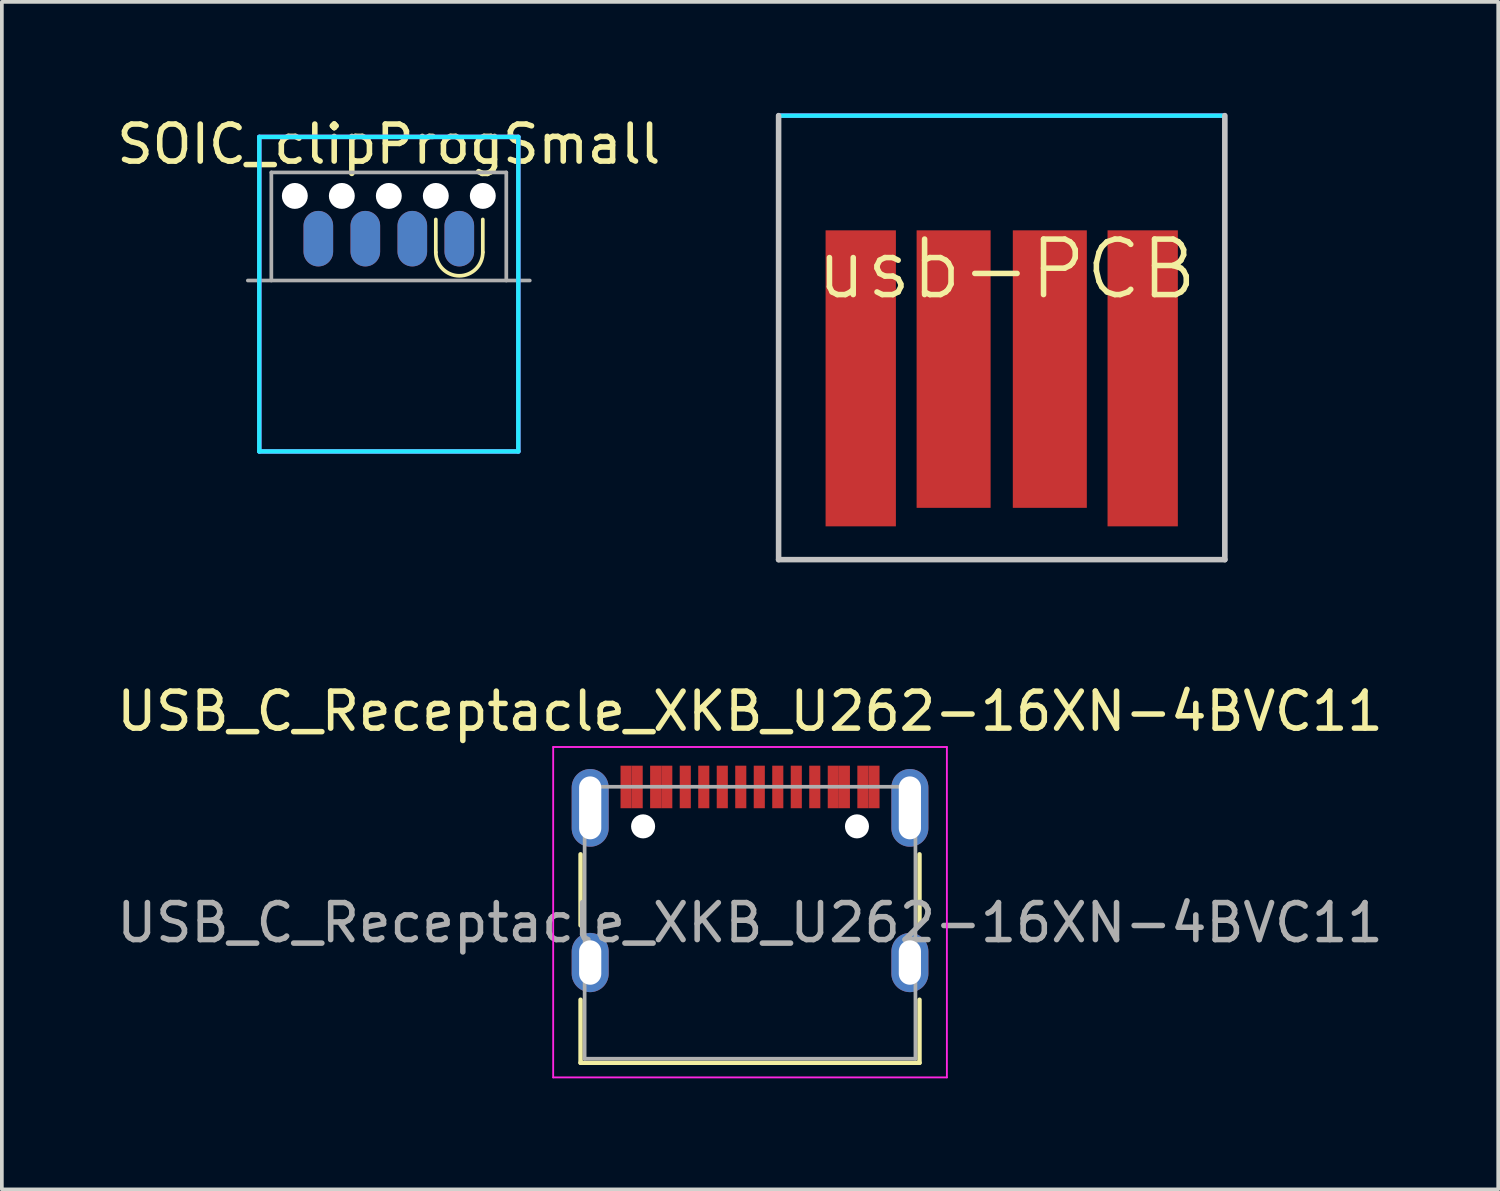
<source format=kicad_pcb>
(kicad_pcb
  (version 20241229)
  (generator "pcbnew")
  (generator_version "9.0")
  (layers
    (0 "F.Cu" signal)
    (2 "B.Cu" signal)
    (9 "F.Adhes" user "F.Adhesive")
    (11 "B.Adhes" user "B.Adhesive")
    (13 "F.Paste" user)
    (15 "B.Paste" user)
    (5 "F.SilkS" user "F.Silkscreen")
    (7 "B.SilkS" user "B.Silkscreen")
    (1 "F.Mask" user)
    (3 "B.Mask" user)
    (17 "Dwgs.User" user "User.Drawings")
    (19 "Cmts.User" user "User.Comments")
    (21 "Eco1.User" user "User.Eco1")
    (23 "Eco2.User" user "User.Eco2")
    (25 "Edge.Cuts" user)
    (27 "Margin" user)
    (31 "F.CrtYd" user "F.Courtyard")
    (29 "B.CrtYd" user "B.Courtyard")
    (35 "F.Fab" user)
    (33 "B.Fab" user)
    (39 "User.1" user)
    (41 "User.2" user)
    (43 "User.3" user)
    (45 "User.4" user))
  (footprint "SOIC_clipProgSmall"
    (layer "F.Cu")
    (at 7.458 4.15)
    (property "Reference" "SOIC_clipProgSmall" (at 0 -3.302 0) (layer "F.SilkS") (effects (font (size 1 1) (thickness 0.15))))
    (attr through_hole)
    (fp_line (start 1.27 -0.381) (end 1.27 -1.27) (stroke (width 0.1) (type solid)) (layer "F.SilkS"))
    (fp_line (start 2.54 -0.381) (end 2.54 -1.27) (stroke (width 0.1) (type solid)) (layer "F.SilkS"))
    (fp_arc (start 2.54 -0.381) (mid 1.905 0.254) (end 1.27 -0.381) (stroke (width 0.1) (type solid)) (layer "F.SilkS"))
    (fp_line (start -3.5 -3.5) (end 3.5 -3.5) (stroke (width 0.12) (type solid)) (layer "B.CrtYd"))
    (fp_line (start -3.5 5) (end -3.5 -3.5) (stroke (width 0.12) (type solid)) (layer "B.CrtYd"))
    (fp_line (start 3.5 -3.5) (end 3.5 5) (stroke (width 0.12) (type solid)) (layer "B.CrtYd"))
    (fp_line (start 3.5 5) (end -3.5 5) (stroke (width 0.12) (type solid)) (layer "B.CrtYd"))
    (fp_line (start -3.5 -3.5) (end 3.5 -3.5) (stroke (width 0.12) (type solid)) (layer "F.CrtYd"))
    (fp_line (start -3.5 5) (end -3.5 -3.5) (stroke (width 0.12) (type solid)) (layer "F.CrtYd"))
    (fp_line (start 3.5 -3.5) (end 3.5 5) (stroke (width 0.12) (type solid)) (layer "F.CrtYd"))
    (fp_line (start 3.5 5) (end -3.5 5) (stroke (width 0.12) (type solid)) (layer "F.CrtYd"))
    (fp_line (start -3.81 0.381) (end 3.81 0.381) (stroke (width 0.1) (type solid)) (layer "F.Fab"))
    (fp_line (start -3.175 -2.54) (end -3.175 0.381) (stroke (width 0.1) (type solid)) (layer "F.Fab"))
    (fp_line (start 3.175 -2.54) (end -3.175 -2.54) (stroke (width 0.1) (type solid)) (layer "F.Fab"))
    (fp_line (start 3.175 0.381) (end 3.175 -2.54) (stroke (width 0.1) (type solid)) (layer "F.Fab"))
    (pad "" np_thru_hole circle (at -2.54 -1.905) (size 0.7 0.7) (drill 0.7) (layers "*.Cu" "*.Mask"))
    (pad "" np_thru_hole circle (at -1.27 -1.905) (size 0.7 0.7) (drill 0.7) (layers "*.Cu" "*.Mask"))
    (pad "" np_thru_hole circle (at 0 -1.905) (size 0.7 0.7) (drill 0.7) (layers "*.Cu" "*.Mask"))
    (pad "" np_thru_hole circle (at 1.27 -1.905) (size 0.7 0.7) (drill 0.7) (layers "*.Cu" "*.Mask"))
    (pad "" np_thru_hole circle (at 2.54 -1.905) (size 0.7 0.7) (drill 0.7) (layers "*.Cu" "*.Mask"))
    (pad "1" smd oval (at 1.905 -0.75) (size 0.8 1.5) (layers "F.Cu" "F.Mask"))
    (pad "2" smd oval (at 0.635 -0.75) (size 0.8 1.5) (layers "F.Cu" "F.Mask"))
    (pad "3" smd oval (at -0.635 -0.75) (size 0.8 1.5) (layers "F.Cu" "F.Mask"))
    (pad "4" smd oval (at -1.905 -0.75) (size 0.8 1.5) (layers "F.Cu" "F.Mask"))
    (pad "5" smd oval (at -1.905 -0.75) (size 0.8 1.5) (layers "B.Cu" "B.Mask"))
    (pad "6" smd oval (at -0.635 -0.75) (size 0.8 1.5) (layers "B.Cu" "B.Mask"))
    (pad "7" smd oval (at 0.635 -0.75) (size 0.8 1.5) (layers "B.Cu" "B.Mask"))
    (pad "8" smd oval (at 1.905 -0.75) (size 0.8 1.5) (layers "B.Cu" "B.Mask")))
  (footprint "usb-PCB"
    (layer "F.Cu")
    (at 24.022 12.075)
    (property "Reference" "usb-PCB" (at 0.13 -7.85 0) (layer "F.SilkS") (effects (font (size 1.5 1.5) (thickness 0.15))))
    (attr exclude_from_pos_files exclude_from_bom)
    (fp_line (start -6.03 0) (end -6.03 -12) (stroke (width 0.15) (type solid)) (layer "Dwgs.User"))
    (fp_line (start 6.03 0) (end -6.03 0) (stroke (width 0.15) (type solid)) (layer "Dwgs.User"))
    (fp_line (start 6.03 0) (end 6.03 -12) (stroke (width 0.15) (type solid)) (layer "Dwgs.User"))
    (fp_line (start -6.03 -12) (end 6.03 -12) (stroke (width 0.12) (type solid)) (layer "B.CrtYd"))
    (fp_line (start -6.03 0) (end -6.03 -12) (stroke (width 0.12) (type solid)) (layer "B.CrtYd"))
    (fp_line (start 6.03 -12) (end 6.03 0) (stroke (width 0.12) (type solid)) (layer "B.CrtYd"))
    (fp_line (start 6.03 0) (end -6.03 0) (stroke (width 0.12) (type solid)) (layer "B.CrtYd"))
    (fp_line (start -6.03 -12) (end 6.03 -12) (stroke (width 0.12) (type solid)) (layer "F.CrtYd"))
    (fp_line (start -6.03 0) (end -6.03 -12) (stroke (width 0.12) (type solid)) (layer "F.CrtYd"))
    (fp_line (start 6.03 -12) (end 6.03 0) (stroke (width 0.12) (type solid)) (layer "F.CrtYd"))
    (fp_line (start 6.03 0) (end -6.03 0) (stroke (width 0.12) (type solid)) (layer "F.CrtYd"))
    (pad "1" connect rect (at 3.81 -4.9) (size 1.9 8) (layers "F.Cu" "F.Mask"))
    (pad "2" connect rect (at 1.3 -5.15) (size 2 7.5) (layers "F.Cu" "F.Mask"))
    (pad "3" connect rect (at -1.3 -5.15) (size 2 7.5) (layers "F.Cu" "F.Mask"))
    (pad "4" connect rect (at -3.81 -4.9) (size 1.9 8) (layers "F.Cu" "F.Mask")))
  (footprint "USB_C_Receptacle_XKB_U262-16XN-4BVC11"
    (layer "F.Cu")
    (at 17.22 21.888)
    (property "Reference" "USB_C_Receptacle_XKB_U262-16XN-4BVC11" (at 0 -5.715 0) (layer "F.SilkS") (effects (font (size 1 1) (thickness 0.15))))
    (attr smd)
    (fp_line (start -4.58 -1.85) (end -4.58 0.07) (stroke (width 0.12) (type solid)) (layer "F.SilkS"))
    (fp_line (start -4.58 3.785) (end -4.58 2.08) (stroke (width 0.12) (type solid)) (layer "F.SilkS"))
    (fp_line (start 4.58 0.07) (end 4.58 -1.85) (stroke (width 0.12) (type solid)) (layer "F.SilkS"))
    (fp_line (start 4.58 2.08) (end 4.58 3.785) (stroke (width 0.12) (type solid)) (layer "F.SilkS"))
    (fp_line (start 4.58 3.785) (end -4.58 3.785) (stroke (width 0.12) (type solid)) (layer "F.SilkS"))
    (fp_line (start -5.32 -4.75) (end 5.32 -4.75) (stroke (width 0.05) (type solid)) (layer "F.CrtYd"))
    (fp_line (start -5.32 4.18) (end -5.32 -4.75) (stroke (width 0.05) (type solid)) (layer "F.CrtYd"))
    (fp_line (start 5.32 -4.75) (end 5.32 4.18) (stroke (width 0.05) (type solid)) (layer "F.CrtYd"))
    (fp_line (start 5.32 4.18) (end -5.32 4.18) (stroke (width 0.05) (type solid)) (layer "F.CrtYd"))
    (fp_line (start -4.47 -3.675) (end -4.47 3.675) (stroke (width 0.1) (type solid)) (layer "F.Fab"))
    (fp_line (start -4.47 -3.675) (end 4.47 -3.675) (stroke (width 0.1) (type solid)) (layer "F.Fab"))
    (fp_line (start -4.47 3.675) (end 4.47 3.675) (stroke (width 0.1) (type solid)) (layer "F.Fab"))
    (fp_line (start 4.47 3.675) (end 4.47 -3.675) (stroke (width 0.1) (type solid)) (layer "F.Fab"))
    (fp_text user "${REFERENCE}" (at 0 0 0) (layer "F.Fab") (effects (font (size 1 1) (thickness 0.15))))
    (pad "" np_thru_hole circle (at -2.89 -2.605) (size 0.65 0.65) (drill 0.65) (layers "*.Cu" "*.Mask"))
    (pad "" np_thru_hole circle (at 2.89 -2.605) (size 0.65 0.65) (drill 0.65) (layers "*.Cu" "*.Mask"))
    (pad "A1" smd rect (at -3.35 -3.67) (size 0.3 1.15) (layers "F.Cu" "F.Mask" "F.Paste"))
    (pad "A4" smd rect (at -2.55 -3.67) (size 0.3 1.15) (layers "F.Cu" "F.Mask" "F.Paste"))
    (pad "A5" smd rect (at -1.25 -3.67) (size 0.3 1.15) (layers "F.Cu" "F.Mask" "F.Paste"))
    (pad "A6" smd rect (at -0.25 -3.67) (size 0.3 1.15) (layers "F.Cu" "F.Mask" "F.Paste"))
    (pad "A7" smd rect (at 0.25 -3.67) (size 0.3 1.15) (layers "F.Cu" "F.Mask" "F.Paste"))
    (pad "A8" smd rect (at 1.25 -3.67) (size 0.3 1.15) (layers "F.Cu" "F.Mask" "F.Paste"))
    (pad "A9" smd rect (at 2.55 -3.67) (size 0.3 1.15) (layers "F.Cu" "F.Mask" "F.Paste"))
    (pad "A12" smd rect (at 3.35 -3.67) (size 0.3 1.15) (layers "F.Cu" "F.Mask" "F.Paste"))
    (pad "B1" smd rect (at 3.05 -3.67) (size 0.3 1.15) (layers "F.Cu" "F.Mask" "F.Paste"))
    (pad "B4" smd rect (at 2.25 -3.67) (size 0.3 1.15) (layers "F.Cu" "F.Mask" "F.Paste"))
    (pad "B5" smd rect (at 1.75 -3.67) (size 0.3 1.15) (layers "F.Cu" "F.Mask" "F.Paste"))
    (pad "B6" smd rect (at 0.75 -3.67) (size 0.3 1.15) (layers "F.Cu" "F.Mask" "F.Paste"))
    (pad "B7" smd rect (at -0.75 -3.67) (size 0.3 1.15) (layers "F.Cu" "F.Mask" "F.Paste"))
    (pad "B8" smd rect (at -1.75 -3.67) (size 0.3 1.15) (layers "F.Cu" "F.Mask" "F.Paste"))
    (pad "B9" smd rect (at -2.25 -3.67) (size 0.3 1.15) (layers "F.Cu" "F.Mask" "F.Paste"))
    (pad "B12" smd rect (at -3.05 -3.67) (size 0.3 1.15) (layers "F.Cu" "F.Mask" "F.Paste"))
    (pad "S1" thru_hole oval (at -4.32 -3.105) (size 1 2.1) (drill oval 0.6 1.7) (layers "*.Cu" "*.Mask"))
    (pad "S1" thru_hole oval (at -4.32 1.075) (size 1 1.6) (drill oval 0.6 1.2) (layers "*.Cu" "*.Mask"))
    (pad "S1" thru_hole oval (at 4.32 -3.105) (size 1 2.1) (drill oval 0.6 1.7) (layers "*.Cu" "*.Mask"))
    (pad "S1" thru_hole oval (at 4.32 1.075) (size 1 1.6) (drill oval 0.6 1.2) (layers "*.Cu" "*.Mask")))
  (gr_rect
    (start -3 -3)
    (end 37.44 29.093)
    (stroke (width 0.1) (type default))
    (fill no)
    (layer "Edge.Cuts")))
</source>
